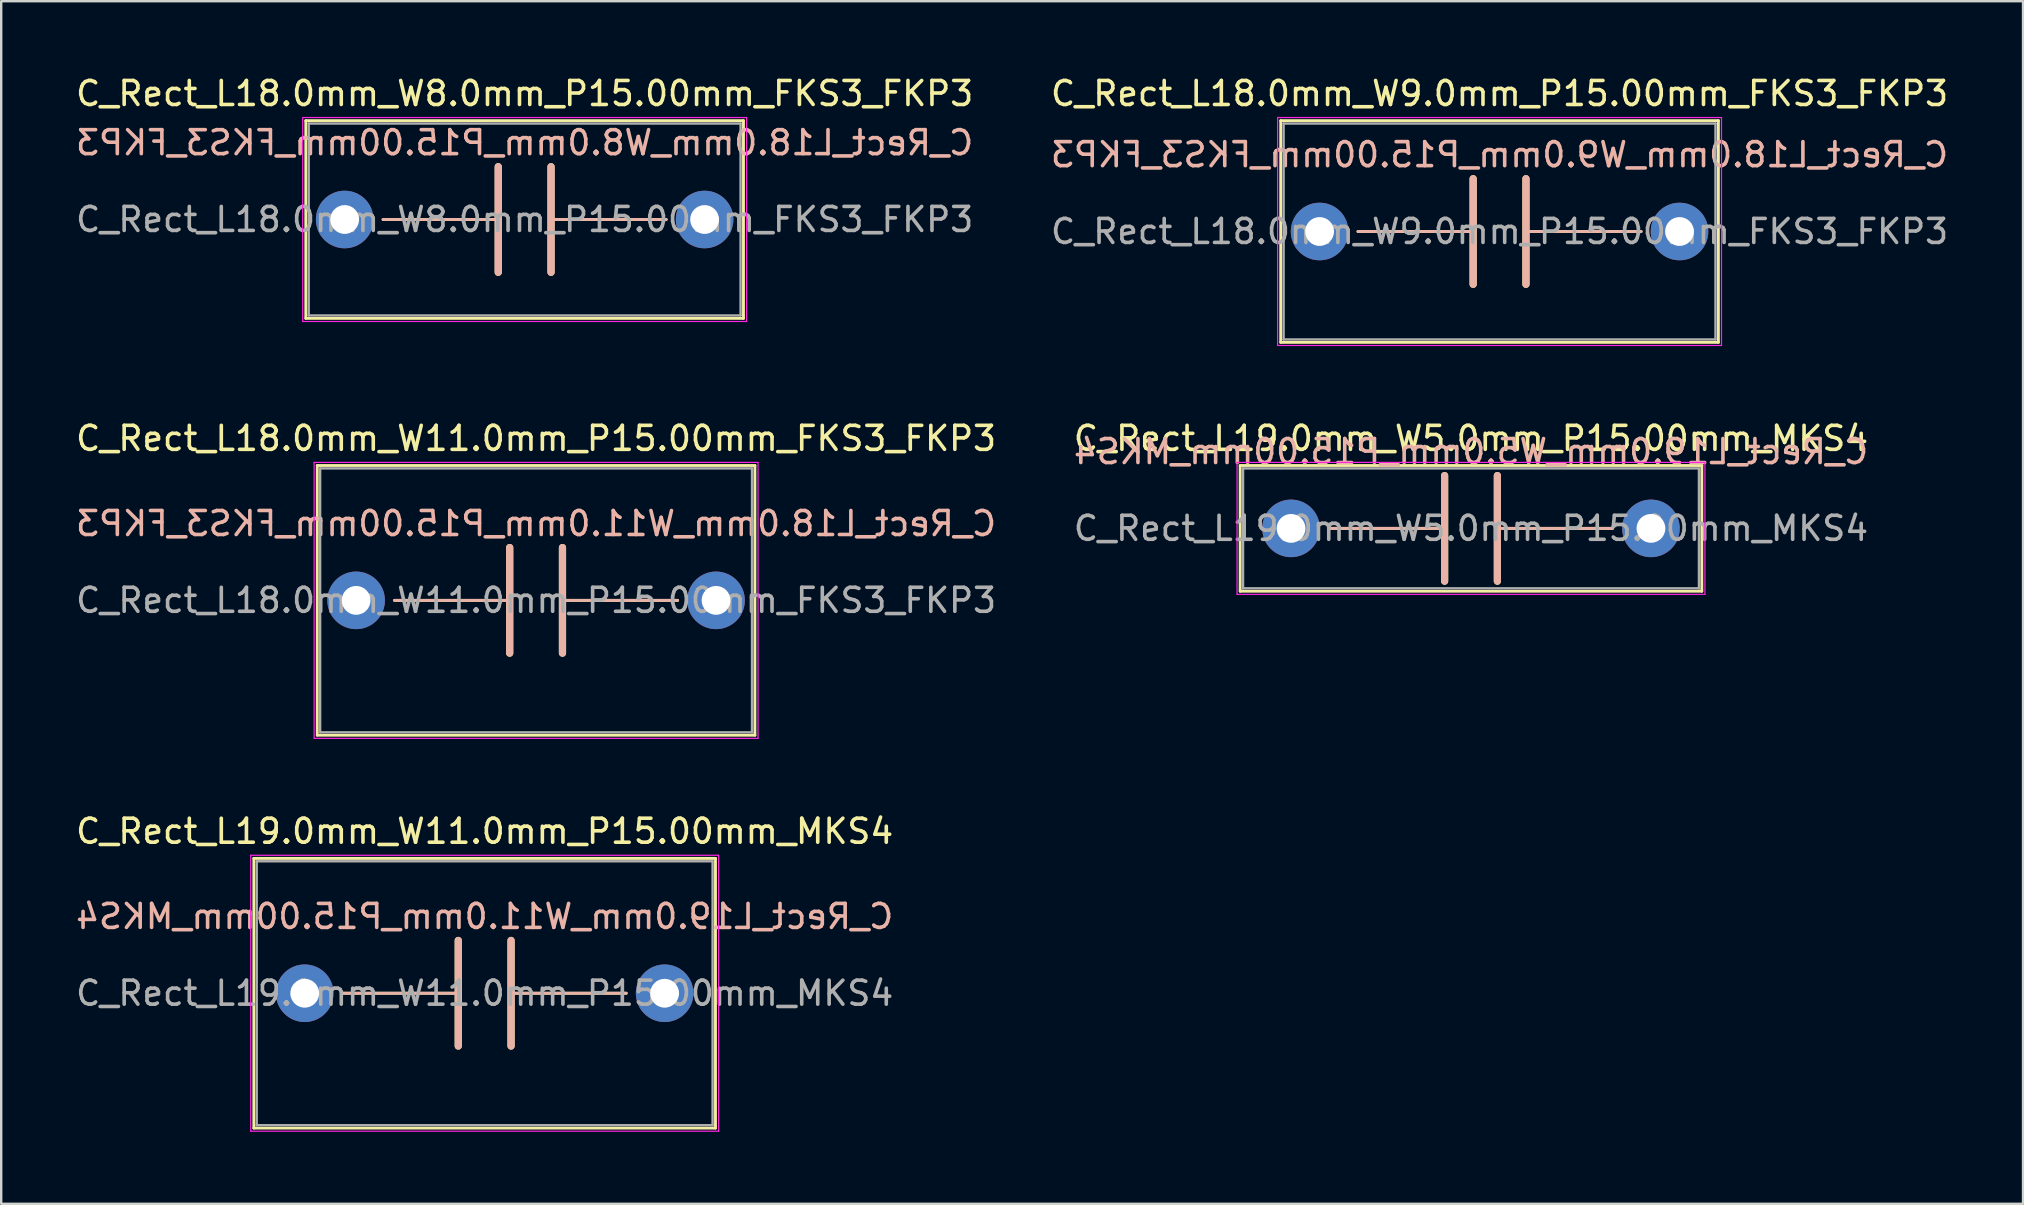
<source format=kicad_pcb>
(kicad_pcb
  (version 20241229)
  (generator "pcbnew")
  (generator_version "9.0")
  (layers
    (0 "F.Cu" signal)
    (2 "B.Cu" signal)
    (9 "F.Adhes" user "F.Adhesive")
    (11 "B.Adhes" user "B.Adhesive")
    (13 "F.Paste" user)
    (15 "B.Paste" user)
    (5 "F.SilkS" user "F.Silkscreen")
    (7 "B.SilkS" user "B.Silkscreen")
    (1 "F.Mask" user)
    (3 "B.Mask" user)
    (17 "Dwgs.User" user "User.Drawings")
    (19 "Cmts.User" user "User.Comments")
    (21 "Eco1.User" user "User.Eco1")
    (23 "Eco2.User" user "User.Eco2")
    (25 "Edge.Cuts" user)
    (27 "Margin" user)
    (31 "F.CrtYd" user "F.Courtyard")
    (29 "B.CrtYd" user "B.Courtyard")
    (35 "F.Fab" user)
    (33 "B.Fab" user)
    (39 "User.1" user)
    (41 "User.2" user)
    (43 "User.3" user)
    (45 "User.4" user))
  (footprint "C_Rect_L19.0mm_W5.0mm_P15.00mm_MKS4"
    (layer "F.Cu")
    (at 50.756 18.971)
    (property "Reference" "C_Rect_L19.0mm_W5.0mm_P15.00mm_MKS4" (at 7.5 -3.75 0) (layer "F.SilkS") (effects (font (size 1 1) (thickness 0.15))))
    (fp_line (start -2.12 -2.62) (end -2.12 2.62) (stroke (width 0.12) (type solid)) (layer "F.SilkS"))
    (fp_line (start -2.12 -2.62) (end 17.12 -2.62) (stroke (width 0.12) (type solid)) (layer "F.SilkS"))
    (fp_line (start -2.12 2.62) (end 17.12 2.62) (stroke (width 0.12) (type solid)) (layer "F.SilkS"))
    (fp_line (start 1.6 0) (end 6.4 0) (stroke (width 0.12) (type solid)) (layer "F.SilkS"))
    (fp_line (start 6.4 -2.2) (end 6.4 2.2) (stroke (width 0.3) (type solid)) (layer "F.SilkS"))
    (fp_line (start 8.6 -2.2) (end 8.6 2.2) (stroke (width 0.3) (type solid)) (layer "F.SilkS"))
    (fp_line (start 8.6 0) (end 13.4 0) (stroke (width 0.12) (type solid)) (layer "F.SilkS"))
    (fp_line (start 17.12 -2.62) (end 17.12 2.62) (stroke (width 0.12) (type solid)) (layer "F.SilkS"))
    (fp_line (start 1.6 0) (end 6.4 0) (stroke (width 0.12) (type solid)) (layer "B.SilkS"))
    (fp_line (start 6.4 2.2) (end 6.4 -2.2) (stroke (width 0.3) (type solid)) (layer "B.SilkS"))
    (fp_line (start 8.6 0) (end 13.4 0) (stroke (width 0.12) (type solid)) (layer "B.SilkS"))
    (fp_line (start 8.6 2.2) (end 8.6 -2.2) (stroke (width 0.3) (type solid)) (layer "B.SilkS"))
    (fp_line (start -2.25 -2.75) (end -2.25 2.75) (stroke (width 0.05) (type solid)) (layer "F.CrtYd"))
    (fp_line (start -2.25 2.75) (end 17.25 2.75) (stroke (width 0.05) (type solid)) (layer "F.CrtYd"))
    (fp_line (start 17.25 -2.75) (end -2.25 -2.75) (stroke (width 0.05) (type solid)) (layer "F.CrtYd"))
    (fp_line (start 17.25 2.75) (end 17.25 -2.75) (stroke (width 0.05) (type solid)) (layer "F.CrtYd"))
    (fp_line (start -2 -2.5) (end -2 2.5) (stroke (width 0.1) (type solid)) (layer "F.Fab"))
    (fp_line (start -2 2.5) (end 17 2.5) (stroke (width 0.1) (type solid)) (layer "F.Fab"))
    (fp_line (start 17 -2.5) (end -2 -2.5) (stroke (width 0.1) (type solid)) (layer "F.Fab"))
    (fp_line (start 17 2.5) (end 17 -2.5) (stroke (width 0.1) (type solid)) (layer "F.Fab"))
    (fp_text user "${REFERENCE}" (at 7.5 -3.2 0) (layer "B.SilkS") (effects (font (size 1 1) (thickness 0.15)) (justify mirror)))
    (fp_text user "${REFERENCE}" (at 7.5 0 0) (layer "F.Fab") (effects (font (size 1 1) (thickness 0.15))))
    (pad "1" thru_hole circle (at 0 0) (size 2.4 2.4) (drill 1.2) (layers "*.Cu" "*.Mask"))
    (pad "2" thru_hole circle (at 15 0) (size 2.4 2.4) (drill 1.2) (layers "*.Cu" "*.Mask")))
  (footprint "C_Rect_L18.0mm_W8.0mm_P15.00mm_FKS3_FKP3"
    (layer "F.Cu")
    (at 11.315 6.098)
    (property "Reference" "C_Rect_L18.0mm_W8.0mm_P15.00mm_FKS3_FKP3" (at 7.5 -5.25 0) (layer "F.SilkS") (effects (font (size 1 1) (thickness 0.15))))
    (fp_line (start -1.62 -4.12) (end -1.62 4.12) (stroke (width 0.12) (type solid)) (layer "F.SilkS"))
    (fp_line (start -1.62 -4.12) (end 16.62 -4.12) (stroke (width 0.12) (type solid)) (layer "F.SilkS"))
    (fp_line (start -1.62 4.12) (end 16.62 4.12) (stroke (width 0.12) (type solid)) (layer "F.SilkS"))
    (fp_line (start 1.6 0) (end 6.4 0) (stroke (width 0.12) (type solid)) (layer "F.SilkS"))
    (fp_line (start 6.4 -2.2) (end 6.4 2.2) (stroke (width 0.3) (type solid)) (layer "F.SilkS"))
    (fp_line (start 8.6 -2.2) (end 8.6 2.2) (stroke (width 0.3) (type solid)) (layer "F.SilkS"))
    (fp_line (start 8.6 0) (end 13.4 0) (stroke (width 0.12) (type solid)) (layer "F.SilkS"))
    (fp_line (start 16.62 -4.12) (end 16.62 4.12) (stroke (width 0.12) (type solid)) (layer "F.SilkS"))
    (fp_line (start 1.6 0) (end 6.4 0) (stroke (width 0.12) (type solid)) (layer "B.SilkS"))
    (fp_line (start 6.4 2.2) (end 6.4 -2.2) (stroke (width 0.3) (type solid)) (layer "B.SilkS"))
    (fp_line (start 8.6 0) (end 13.4 0) (stroke (width 0.12) (type solid)) (layer "B.SilkS"))
    (fp_line (start 8.6 2.2) (end 8.6 -2.2) (stroke (width 0.3) (type solid)) (layer "B.SilkS"))
    (fp_line (start -1.75 -4.25) (end -1.75 4.25) (stroke (width 0.05) (type solid)) (layer "F.CrtYd"))
    (fp_line (start -1.75 4.25) (end 16.75 4.25) (stroke (width 0.05) (type solid)) (layer "F.CrtYd"))
    (fp_line (start 16.75 -4.25) (end -1.75 -4.25) (stroke (width 0.05) (type solid)) (layer "F.CrtYd"))
    (fp_line (start 16.75 4.25) (end 16.75 -4.25) (stroke (width 0.05) (type solid)) (layer "F.CrtYd"))
    (fp_line (start -1.5 -4) (end -1.5 4) (stroke (width 0.1) (type solid)) (layer "F.Fab"))
    (fp_line (start -1.5 4) (end 16.5 4) (stroke (width 0.1) (type solid)) (layer "F.Fab"))
    (fp_line (start 16.5 -4) (end -1.5 -4) (stroke (width 0.1) (type solid)) (layer "F.Fab"))
    (fp_line (start 16.5 4) (end 16.5 -4) (stroke (width 0.1) (type solid)) (layer "F.Fab"))
    (fp_text user "${REFERENCE}" (at 7.5 -3.2 0) (layer "B.SilkS") (effects (font (size 1 1) (thickness 0.15)) (justify mirror)))
    (fp_text user "${REFERENCE}" (at 7.5 0 0) (layer "F.Fab") (effects (font (size 1 1) (thickness 0.15))))
    (pad "1" thru_hole circle (at 0 0) (size 2.4 2.4) (drill 1.2) (layers "*.Cu" "*.Mask"))
    (pad "2" thru_hole circle (at 15 0) (size 2.4 2.4) (drill 1.2) (layers "*.Cu" "*.Mask")))
  (footprint "C_Rect_L18.0mm_W11.0mm_P15.00mm_FKS3_FKP3"
    (layer "F.Cu")
    (at 11.792 21.971)
    (property "Reference" "C_Rect_L18.0mm_W11.0mm_P15.00mm_FKS3_FKP3" (at 7.5 -6.75 0) (layer "F.SilkS") (effects (font (size 1 1) (thickness 0.15))))
    (fp_line (start -1.62 -5.62) (end -1.62 5.62) (stroke (width 0.12) (type solid)) (layer "F.SilkS"))
    (fp_line (start -1.62 -5.62) (end 16.62 -5.62) (stroke (width 0.12) (type solid)) (layer "F.SilkS"))
    (fp_line (start -1.62 5.62) (end 16.62 5.62) (stroke (width 0.12) (type solid)) (layer "F.SilkS"))
    (fp_line (start 1.6 0) (end 6.4 0) (stroke (width 0.12) (type solid)) (layer "F.SilkS"))
    (fp_line (start 6.4 -2.2) (end 6.4 2.2) (stroke (width 0.3) (type solid)) (layer "F.SilkS"))
    (fp_line (start 8.6 -2.2) (end 8.6 2.2) (stroke (width 0.3) (type solid)) (layer "F.SilkS"))
    (fp_line (start 8.6 0) (end 13.4 0) (stroke (width 0.12) (type solid)) (layer "F.SilkS"))
    (fp_line (start 16.62 -5.62) (end 16.62 5.62) (stroke (width 0.12) (type solid)) (layer "F.SilkS"))
    (fp_line (start 1.6 0) (end 6.4 0) (stroke (width 0.12) (type solid)) (layer "B.SilkS"))
    (fp_line (start 6.4 2.2) (end 6.4 -2.2) (stroke (width 0.3) (type solid)) (layer "B.SilkS"))
    (fp_line (start 8.6 0) (end 13.4 0) (stroke (width 0.12) (type solid)) (layer "B.SilkS"))
    (fp_line (start 8.6 2.2) (end 8.6 -2.2) (stroke (width 0.3) (type solid)) (layer "B.SilkS"))
    (fp_line (start -1.75 -5.75) (end -1.75 5.75) (stroke (width 0.05) (type solid)) (layer "F.CrtYd"))
    (fp_line (start -1.75 5.75) (end 16.75 5.75) (stroke (width 0.05) (type solid)) (layer "F.CrtYd"))
    (fp_line (start 16.75 -5.75) (end -1.75 -5.75) (stroke (width 0.05) (type solid)) (layer "F.CrtYd"))
    (fp_line (start 16.75 5.75) (end 16.75 -5.75) (stroke (width 0.05) (type solid)) (layer "F.CrtYd"))
    (fp_line (start -1.5 -5.5) (end -1.5 5.5) (stroke (width 0.1) (type solid)) (layer "F.Fab"))
    (fp_line (start -1.5 5.5) (end 16.5 5.5) (stroke (width 0.1) (type solid)) (layer "F.Fab"))
    (fp_line (start 16.5 -5.5) (end -1.5 -5.5) (stroke (width 0.1) (type solid)) (layer "F.Fab"))
    (fp_line (start 16.5 5.5) (end 16.5 -5.5) (stroke (width 0.1) (type solid)) (layer "F.Fab"))
    (fp_text user "${REFERENCE}" (at 7.5 -3.2 0) (layer "B.SilkS") (effects (font (size 1 1) (thickness 0.15)) (justify mirror)))
    (fp_text user "${REFERENCE}" (at 7.5 0 0) (layer "F.Fab") (effects (font (size 1 1) (thickness 0.15))))
    (pad "1" thru_hole circle (at 0 0) (size 2.4 2.4) (drill 1.2) (layers "*.Cu" "*.Mask"))
    (pad "2" thru_hole circle (at 15 0) (size 2.4 2.4) (drill 1.2) (layers "*.Cu" "*.Mask")))
  (footprint "C_Rect_L19.0mm_W11.0mm_P15.00mm_MKS4"
    (layer "F.Cu")
    (at 9.649 38.345)
    (property "Reference" "C_Rect_L19.0mm_W11.0mm_P15.00mm_MKS4" (at 7.5 -6.75 0) (layer "F.SilkS") (effects (font (size 1 1) (thickness 0.15))))
    (fp_line (start -2.12 -5.62) (end -2.12 5.62) (stroke (width 0.12) (type solid)) (layer "F.SilkS"))
    (fp_line (start -2.12 -5.62) (end 17.12 -5.62) (stroke (width 0.12) (type solid)) (layer "F.SilkS"))
    (fp_line (start -2.12 5.62) (end 17.12 5.62) (stroke (width 0.12) (type solid)) (layer "F.SilkS"))
    (fp_line (start 1.6 0) (end 6.4 0) (stroke (width 0.12) (type solid)) (layer "F.SilkS"))
    (fp_line (start 6.4 -2.2) (end 6.4 2.2) (stroke (width 0.3) (type solid)) (layer "F.SilkS"))
    (fp_line (start 8.6 -2.2) (end 8.6 2.2) (stroke (width 0.3) (type solid)) (layer "F.SilkS"))
    (fp_line (start 8.6 0) (end 13.4 0) (stroke (width 0.12) (type solid)) (layer "F.SilkS"))
    (fp_line (start 17.12 -5.62) (end 17.12 5.62) (stroke (width 0.12) (type solid)) (layer "F.SilkS"))
    (fp_line (start 1.6 0) (end 6.4 0) (stroke (width 0.12) (type solid)) (layer "B.SilkS"))
    (fp_line (start 6.4 2.2) (end 6.4 -2.2) (stroke (width 0.3) (type solid)) (layer "B.SilkS"))
    (fp_line (start 8.6 0) (end 13.4 0) (stroke (width 0.12) (type solid)) (layer "B.SilkS"))
    (fp_line (start 8.6 2.2) (end 8.6 -2.2) (stroke (width 0.3) (type solid)) (layer "B.SilkS"))
    (fp_line (start -2.25 -5.75) (end -2.25 5.75) (stroke (width 0.05) (type solid)) (layer "F.CrtYd"))
    (fp_line (start -2.25 5.75) (end 17.25 5.75) (stroke (width 0.05) (type solid)) (layer "F.CrtYd"))
    (fp_line (start 17.25 -5.75) (end -2.25 -5.75) (stroke (width 0.05) (type solid)) (layer "F.CrtYd"))
    (fp_line (start 17.25 5.75) (end 17.25 -5.75) (stroke (width 0.05) (type solid)) (layer "F.CrtYd"))
    (fp_line (start -2 -5.5) (end -2 5.5) (stroke (width 0.1) (type solid)) (layer "F.Fab"))
    (fp_line (start -2 5.5) (end 17 5.5) (stroke (width 0.1) (type solid)) (layer "F.Fab"))
    (fp_line (start 17 -5.5) (end -2 -5.5) (stroke (width 0.1) (type solid)) (layer "F.Fab"))
    (fp_line (start 17 5.5) (end 17 -5.5) (stroke (width 0.1) (type solid)) (layer "F.Fab"))
    (fp_text user "${REFERENCE}" (at 7.5 -3.2 0) (layer "B.SilkS") (effects (font (size 1 1) (thickness 0.15)) (justify mirror)))
    (fp_text user "${REFERENCE}" (at 7.5 0 0) (layer "F.Fab") (effects (font (size 1 1) (thickness 0.15))))
    (pad "1" thru_hole circle (at 0 0) (size 2.4 2.4) (drill 1.2) (layers "*.Cu" "*.Mask"))
    (pad "2" thru_hole circle (at 15 0) (size 2.4 2.4) (drill 1.2) (layers "*.Cu" "*.Mask")))
  (footprint "C_Rect_L18.0mm_W9.0mm_P15.00mm_FKS3_FKP3"
    (layer "F.Cu")
    (at 51.946 6.598)
    (property "Reference" "C_Rect_L18.0mm_W9.0mm_P15.00mm_FKS3_FKP3" (at 7.5 -5.75 0) (layer "F.SilkS") (effects (font (size 1 1) (thickness 0.15))))
    (fp_line (start -1.62 -4.62) (end -1.62 4.62) (stroke (width 0.12) (type solid)) (layer "F.SilkS"))
    (fp_line (start -1.62 -4.62) (end 16.62 -4.62) (stroke (width 0.12) (type solid)) (layer "F.SilkS"))
    (fp_line (start -1.62 4.62) (end 16.62 4.62) (stroke (width 0.12) (type solid)) (layer "F.SilkS"))
    (fp_line (start 1.6 0) (end 6.4 0) (stroke (width 0.12) (type solid)) (layer "F.SilkS"))
    (fp_line (start 6.4 -2.2) (end 6.4 2.2) (stroke (width 0.3) (type solid)) (layer "F.SilkS"))
    (fp_line (start 8.6 -2.2) (end 8.6 2.2) (stroke (width 0.3) (type solid)) (layer "F.SilkS"))
    (fp_line (start 8.6 0) (end 13.4 0) (stroke (width 0.12) (type solid)) (layer "F.SilkS"))
    (fp_line (start 16.62 -4.62) (end 16.62 4.62) (stroke (width 0.12) (type solid)) (layer "F.SilkS"))
    (fp_line (start 1.6 0) (end 6.4 0) (stroke (width 0.12) (type solid)) (layer "B.SilkS"))
    (fp_line (start 6.4 2.2) (end 6.4 -2.2) (stroke (width 0.3) (type solid)) (layer "B.SilkS"))
    (fp_line (start 8.6 0) (end 13.4 0) (stroke (width 0.12) (type solid)) (layer "B.SilkS"))
    (fp_line (start 8.6 2.2) (end 8.6 -2.2) (stroke (width 0.3) (type solid)) (layer "B.SilkS"))
    (fp_line (start -1.75 -4.75) (end -1.75 4.75) (stroke (width 0.05) (type solid)) (layer "F.CrtYd"))
    (fp_line (start -1.75 4.75) (end 16.75 4.75) (stroke (width 0.05) (type solid)) (layer "F.CrtYd"))
    (fp_line (start 16.75 -4.75) (end -1.75 -4.75) (stroke (width 0.05) (type solid)) (layer "F.CrtYd"))
    (fp_line (start 16.75 4.75) (end 16.75 -4.75) (stroke (width 0.05) (type solid)) (layer "F.CrtYd"))
    (fp_line (start -1.5 -4.5) (end -1.5 4.5) (stroke (width 0.1) (type solid)) (layer "F.Fab"))
    (fp_line (start -1.5 4.5) (end 16.5 4.5) (stroke (width 0.1) (type solid)) (layer "F.Fab"))
    (fp_line (start 16.5 -4.5) (end -1.5 -4.5) (stroke (width 0.1) (type solid)) (layer "F.Fab"))
    (fp_line (start 16.5 4.5) (end 16.5 -4.5) (stroke (width 0.1) (type solid)) (layer "F.Fab"))
    (fp_text user "${REFERENCE}" (at 7.5 -3.2 0) (layer "B.SilkS") (effects (font (size 1 1) (thickness 0.15)) (justify mirror)))
    (fp_text user "${REFERENCE}" (at 7.5 0 0) (layer "F.Fab") (effects (font (size 1 1) (thickness 0.15))))
    (pad "1" thru_hole circle (at 0 0) (size 2.4 2.4) (drill 1.2) (layers "*.Cu" "*.Mask"))
    (pad "2" thru_hole circle (at 15 0) (size 2.4 2.4) (drill 1.2) (layers "*.Cu" "*.Mask")))
  (gr_rect
    (start -3 -3)
    (end 81.262 47.12)
    (stroke (width 0.1) (type default))
    (fill no)
    (layer "Edge.Cuts")))
</source>
